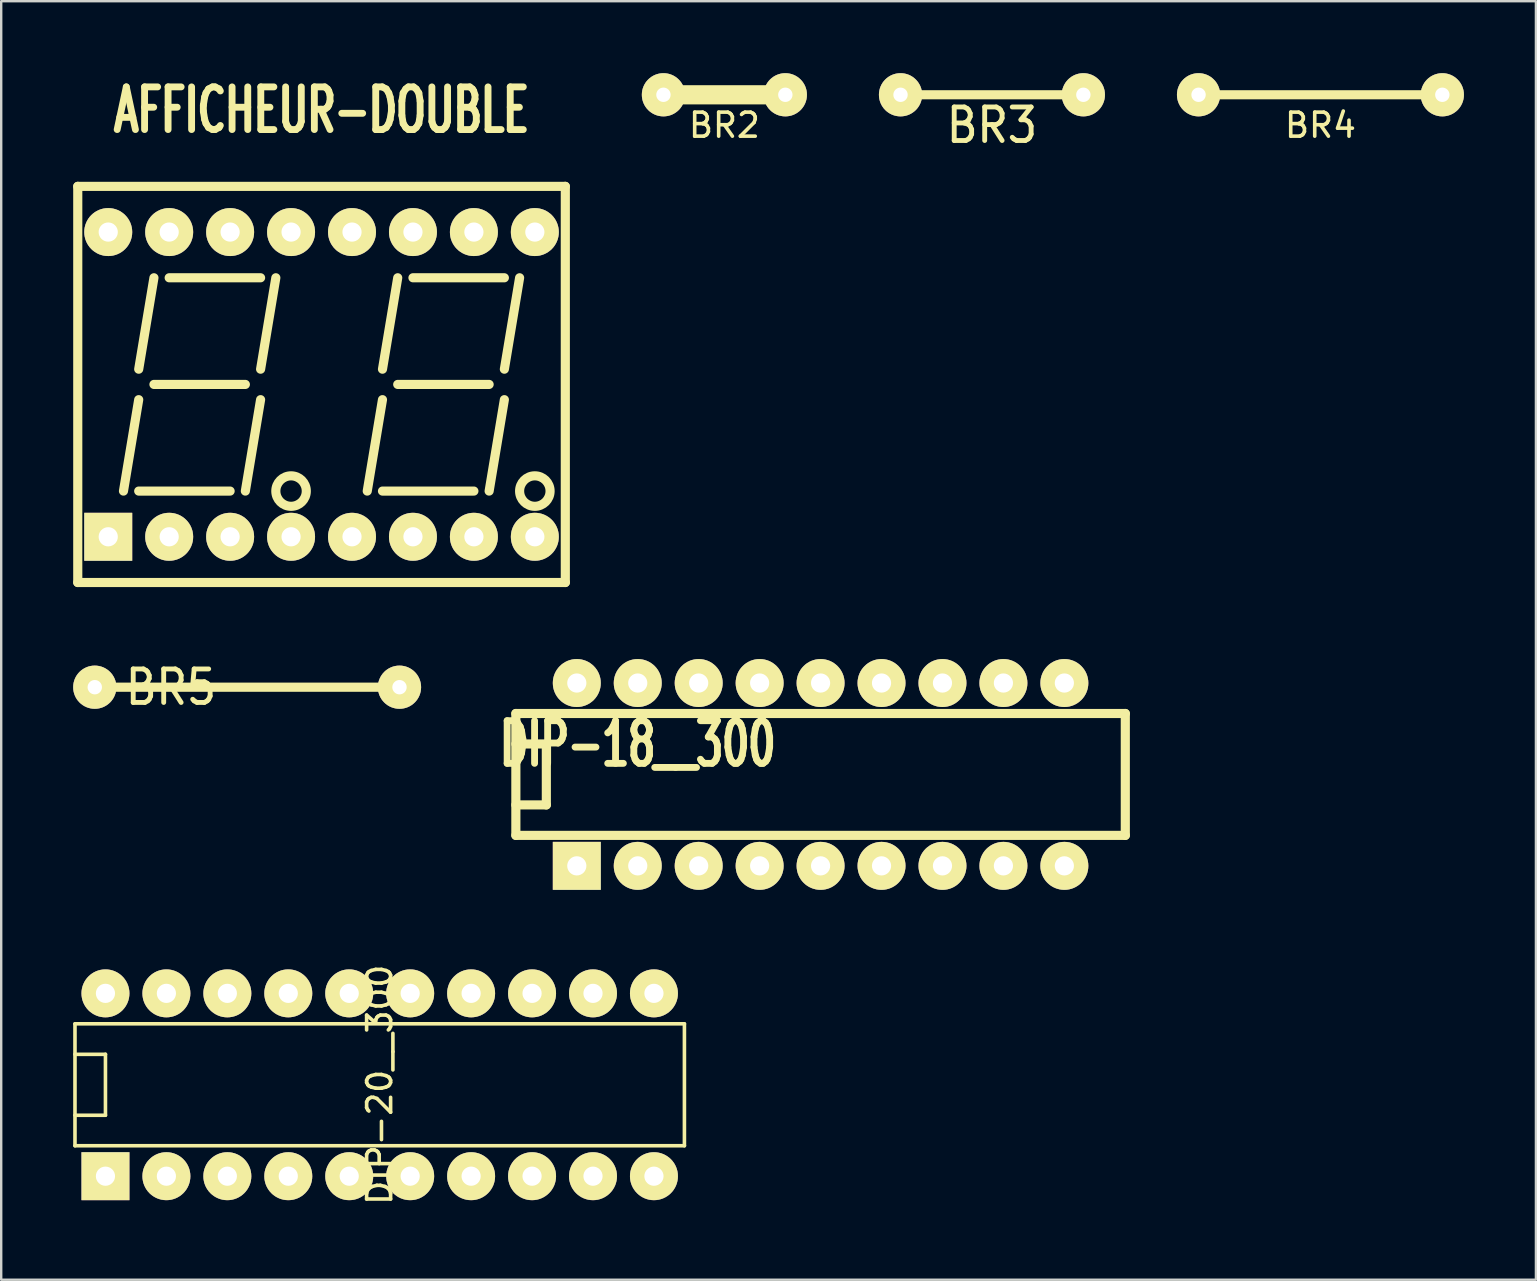
<source format=kicad_pcb>
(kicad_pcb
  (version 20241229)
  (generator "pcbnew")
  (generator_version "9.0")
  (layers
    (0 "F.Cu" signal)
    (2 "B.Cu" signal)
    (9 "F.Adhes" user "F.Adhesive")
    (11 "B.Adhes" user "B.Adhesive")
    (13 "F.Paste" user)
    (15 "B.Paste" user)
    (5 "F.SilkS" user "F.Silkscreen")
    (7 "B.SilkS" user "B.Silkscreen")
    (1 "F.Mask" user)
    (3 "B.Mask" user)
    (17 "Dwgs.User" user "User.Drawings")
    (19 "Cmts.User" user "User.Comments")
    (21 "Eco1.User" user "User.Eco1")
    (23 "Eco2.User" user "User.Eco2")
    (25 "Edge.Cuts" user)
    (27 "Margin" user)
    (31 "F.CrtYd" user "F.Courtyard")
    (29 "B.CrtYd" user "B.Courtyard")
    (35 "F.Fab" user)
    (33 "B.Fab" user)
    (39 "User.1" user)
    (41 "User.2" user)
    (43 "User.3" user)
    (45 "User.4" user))
  (footprint "BR5"
    (layer "F.Cu")
    (at 7.25 25.591)
    (property "Reference" "BR5" (at -3.175 0 0) (layer "F.SilkS") (effects (font (size 1.397 1.27) (thickness 0.203))))
    (attr through_hole)
    (fp_line (start -6.35 0) (end 6.35 0) (stroke (width 0.381) (type solid)) (layer "F.SilkS"))
    (pad "1" thru_hole circle (at -6.35 0) (size 1.801 1.801) (drill 0.599) (layers "*.Cu" "*.Mask" "F.SilkS"))
    (pad "2" thru_hole circle (at 6.35 0) (size 1.801 1.801) (drill 0.599) (layers "*.Cu" "*.Mask" "F.SilkS")))
  (footprint "DIP-18__300"
    (layer "F.Cu")
    (at 31.15 29.227)
    (property "Reference" "DIP-18__300" (at -7.62 -1.27 0) (layer "F.SilkS") (effects (font (size 1.778 1.143) (thickness 0.287))))
    (attr through_hole)
    (fp_line (start -12.7 -2.54) (end 12.7 -2.54) (stroke (width 0.381) (type solid)) (layer "F.SilkS"))
    (fp_line (start -12.7 -1.27) (end -11.43 -1.27) (stroke (width 0.381) (type solid)) (layer "F.SilkS"))
    (fp_line (start -12.7 2.54) (end -12.7 -2.54) (stroke (width 0.381) (type solid)) (layer "F.SilkS"))
    (fp_line (start -11.43 -1.27) (end -11.43 1.27) (stroke (width 0.381) (type solid)) (layer "F.SilkS"))
    (fp_line (start -11.43 1.27) (end -12.7 1.27) (stroke (width 0.381) (type solid)) (layer "F.SilkS"))
    (fp_line (start 12.7 -2.54) (end 12.7 2.54) (stroke (width 0.381) (type solid)) (layer "F.SilkS"))
    (fp_line (start 12.7 2.54) (end -12.7 2.54) (stroke (width 0.381) (type solid)) (layer "F.SilkS"))
    (pad "1" thru_hole rect (at -10.16 3.81) (size 1.999 1.999) (drill 0.8) (layers "*.Cu" "*.Mask" "F.SilkS"))
    (pad "2" thru_hole circle (at -7.62 3.81) (size 1.999 1.999) (drill 0.8) (layers "*.Cu" "*.Mask" "F.SilkS"))
    (pad "3" thru_hole circle (at -5.08 3.81) (size 1.999 1.999) (drill 0.8) (layers "*.Cu" "*.Mask" "F.SilkS"))
    (pad "4" thru_hole circle (at -2.54 3.81) (size 1.999 1.999) (drill 0.8) (layers "*.Cu" "*.Mask" "F.SilkS"))
    (pad "5" thru_hole circle (at 0 3.81) (size 1.999 1.999) (drill 0.8) (layers "*.Cu" "*.Mask" "F.SilkS"))
    (pad "6" thru_hole circle (at 2.54 3.81) (size 1.999 1.999) (drill 0.8) (layers "*.Cu" "*.Mask" "F.SilkS"))
    (pad "7" thru_hole circle (at 5.08 3.81) (size 1.999 1.999) (drill 0.8) (layers "*.Cu" "*.Mask" "F.SilkS"))
    (pad "8" thru_hole circle (at 7.62 3.81) (size 1.999 1.999) (drill 0.8) (layers "*.Cu" "*.Mask" "F.SilkS"))
    (pad "9" thru_hole circle (at 10.16 3.81) (size 1.999 1.999) (drill 0.8) (layers "*.Cu" "*.Mask" "F.SilkS"))
    (pad "10" thru_hole circle (at 10.16 -3.81) (size 1.999 1.999) (drill 0.8) (layers "*.Cu" "*.Mask" "F.SilkS"))
    (pad "11" thru_hole circle (at 7.62 -3.81) (size 1.999 1.999) (drill 0.8) (layers "*.Cu" "*.Mask" "F.SilkS"))
    (pad "12" thru_hole circle (at 5.08 -3.81) (size 1.999 1.999) (drill 0.8) (layers "*.Cu" "*.Mask" "F.SilkS"))
    (pad "13" thru_hole circle (at 2.54 -3.81) (size 1.999 1.999) (drill 0.8) (layers "*.Cu" "*.Mask" "F.SilkS"))
    (pad "14" thru_hole circle (at 0 -3.81) (size 1.999 1.999) (drill 0.8) (layers "*.Cu" "*.Mask" "F.SilkS"))
    (pad "15" thru_hole circle (at -2.54 -3.81) (size 1.999 1.999) (drill 0.8) (layers "*.Cu" "*.Mask" "F.SilkS"))
    (pad "16" thru_hole circle (at -5.08 -3.81) (size 1.999 1.999) (drill 0.8) (layers "*.Cu" "*.Mask" "F.SilkS"))
    (pad "17" thru_hole circle (at -7.62 -3.81) (size 1.999 1.999) (drill 0.8) (layers "*.Cu" "*.Mask" "F.SilkS"))
    (pad "18" thru_hole circle (at -10.16 -3.81) (size 1.999 1.999) (drill 0.8) (layers "*.Cu" "*.Mask" "F.SilkS")))
  (footprint "BR4"
    (layer "F.Cu")
    (at 51.983 0.9)
    (property "Reference" "BR4" (at 0 1.27 0) (layer "F.SilkS") (effects (font (size 1 1) (thickness 0.15))))
    (attr through_hole)
    (fp_line (start -5.08 0) (end 5.08 0) (stroke (width 0.381) (type solid)) (layer "F.SilkS"))
    (pad "1" thru_hole circle (at -5.08 0) (size 1.801 1.801) (drill 0.599) (layers "*.Cu" "*.Mask" "F.SilkS"))
    (pad "2" thru_hole circle (at 5.08 0) (size 1.801 1.801) (drill 0.599) (layers "*.Cu" "*.Mask" "F.SilkS")))
  (footprint "BR2"
    (layer "F.Cu")
    (at 27.141 0.9)
    (property "Reference" "BR2" (at 0 1.27 0) (layer "F.SilkS") (effects (font (size 1 1) (thickness 0.15))))
    (attr through_hole)
    (fp_line (start -2.54 0) (end 2.54 0) (stroke (width 0.8) (type solid)) (layer "F.SilkS"))
    (pad "1" thru_hole circle (at -2.54 0) (size 1.801 1.801) (drill 0.599) (layers "*.Cu" "*.Mask" "F.SilkS"))
    (pad "2" thru_hole circle (at 2.54 0) (size 1.801 1.801) (drill 0.599) (layers "*.Cu" "*.Mask" "F.SilkS")))
  (footprint "AFFICHEUR-DOUBLE"
    (layer "F.Cu")
    (at 10.351 12.972)
    (property "Reference" "AFFICHEUR-DOUBLE" (at 0 -11.43 0) (layer "F.SilkS") (effects (font (size 1.778 1.143) (thickness 0.305))))
    (attr through_hole)
    (fp_line (start -10.16 -8.255) (end -10.16 8.255) (stroke (width 0.381) (type solid)) (layer "F.SilkS"))
    (fp_line (start -10.16 -8.255) (end 10.16 -8.255) (stroke (width 0.381) (type solid)) (layer "F.SilkS"))
    (fp_line (start -10.16 8.255) (end 10.16 8.255) (stroke (width 0.381) (type solid)) (layer "F.SilkS"))
    (fp_line (start -7.62 0.635) (end -8.255 4.445) (stroke (width 0.381) (type solid)) (layer "F.SilkS"))
    (fp_line (start -7.62 4.445) (end -3.81 4.445) (stroke (width 0.381) (type solid)) (layer "F.SilkS"))
    (fp_line (start -6.985 -4.445) (end -7.62 -0.635) (stroke (width 0.381) (type solid)) (layer "F.SilkS"))
    (fp_line (start -3.175 0) (end -6.985 0) (stroke (width 0.381) (type solid)) (layer "F.SilkS"))
    (fp_line (start -2.54 -4.445) (end -6.35 -4.445) (stroke (width 0.381) (type solid)) (layer "F.SilkS"))
    (fp_line (start -2.54 0.635) (end -3.175 4.445) (stroke (width 0.381) (type solid)) (layer "F.SilkS"))
    (fp_line (start -1.905 -4.445) (end -2.54 -0.635) (stroke (width 0.381) (type solid)) (layer "F.SilkS"))
    (fp_line (start 2.54 0.635) (end 1.905 4.445) (stroke (width 0.381) (type solid)) (layer "F.SilkS"))
    (fp_line (start 2.54 4.445) (end 6.35 4.445) (stroke (width 0.381) (type solid)) (layer "F.SilkS"))
    (fp_line (start 3.175 -4.445) (end 2.54 -0.635) (stroke (width 0.381) (type solid)) (layer "F.SilkS"))
    (fp_line (start 3.175 0) (end 6.985 0) (stroke (width 0.381) (type solid)) (layer "F.SilkS"))
    (fp_line (start 6.985 4.445) (end 7.62 0.635) (stroke (width 0.381) (type solid)) (layer "F.SilkS"))
    (fp_line (start 7.62 -4.445) (end 3.81 -4.445) (stroke (width 0.381) (type solid)) (layer "F.SilkS"))
    (fp_line (start 8.255 -4.445) (end 7.62 -0.635) (stroke (width 0.381) (type solid)) (layer "F.SilkS"))
    (fp_line (start 10.16 -8.255) (end 10.16 8.255) (stroke (width 0.381) (type solid)) (layer "F.SilkS"))
    (fp_circle (center -1.27 4.445) (end -1.905 4.445) (stroke (width 0.381) (type solid)) (fill no) (layer "F.SilkS"))
    (fp_circle (center 8.89 4.445) (end 8.255 4.445) (stroke (width 0.381) (type solid)) (fill no) (layer "F.SilkS"))
    (pad "1" thru_hole rect (at -8.89 6.35) (size 1.999 1.999) (drill 0.8) (layers "*.Cu" "*.Mask" "F.SilkS"))
    (pad "2" thru_hole circle (at -6.35 6.35) (size 1.999 1.999) (drill 0.8) (layers "*.Cu" "*.Mask" "F.SilkS"))
    (pad "3" thru_hole circle (at -3.81 6.35) (size 1.999 1.999) (drill 0.8) (layers "*.Cu" "*.Mask" "F.SilkS"))
    (pad "4" thru_hole circle (at -1.27 6.35) (size 1.999 1.999) (drill 0.8) (layers "*.Cu" "*.Mask" "F.SilkS"))
    (pad "5" thru_hole circle (at 1.27 6.35) (size 1.999 1.999) (drill 0.8) (layers "*.Cu" "*.Mask" "F.SilkS"))
    (pad "6" thru_hole circle (at 3.81 6.35) (size 1.999 1.999) (drill 0.8) (layers "*.Cu" "*.Mask" "F.SilkS"))
    (pad "7" thru_hole circle (at 6.35 6.35) (size 1.999 1.999) (drill 0.8) (layers "*.Cu" "*.Mask" "F.SilkS"))
    (pad "8" thru_hole circle (at 8.89 6.35) (size 1.999 1.999) (drill 0.8) (layers "*.Cu" "*.Mask" "F.SilkS"))
    (pad "9" thru_hole circle (at 8.89 -6.35) (size 1.999 1.999) (drill 0.8) (layers "*.Cu" "*.Mask" "F.SilkS"))
    (pad "10" thru_hole circle (at 6.35 -6.35) (size 1.999 1.999) (drill 0.8) (layers "*.Cu" "*.Mask" "F.SilkS"))
    (pad "11" thru_hole circle (at 3.81 -6.35) (size 1.999 1.999) (drill 0.8) (layers "*.Cu" "*.Mask" "F.SilkS"))
    (pad "12" thru_hole circle (at 1.27 -6.35) (size 1.999 1.999) (drill 0.8) (layers "*.Cu" "*.Mask" "F.SilkS"))
    (pad "13" thru_hole circle (at -1.27 -6.35) (size 1.999 1.999) (drill 0.8) (layers "*.Cu" "*.Mask" "F.SilkS"))
    (pad "14" thru_hole circle (at -3.81 -6.35) (size 1.999 1.999) (drill 0.8) (layers "*.Cu" "*.Mask" "F.SilkS"))
    (pad "15" thru_hole circle (at -6.35 -6.35) (size 1.999 1.999) (drill 0.8) (layers "*.Cu" "*.Mask" "F.SilkS"))
    (pad "16" thru_hole circle (at -8.89 -6.35) (size 1.999 1.999) (drill 0.8) (layers "*.Cu" "*.Mask" "F.SilkS")))
  (footprint "DIP-20__300"
    (layer "F.Cu")
    (at 12.775 42.161)
    (property "Reference" "DIP-20__300" (at 0 0 90) (layer "F.SilkS") (effects (font (size 1 1) (thickness 0.15))))
    (attr through_hole)
    (fp_line (start -12.7 -2.54) (end 12.7 -2.54) (stroke (width 0.15) (type solid)) (layer "F.SilkS"))
    (fp_line (start -12.7 -1.27) (end -11.43 -1.27) (stroke (width 0.15) (type solid)) (layer "F.SilkS"))
    (fp_line (start -12.7 2.54) (end -12.7 -2.54) (stroke (width 0.15) (type solid)) (layer "F.SilkS"))
    (fp_line (start -12.7 2.54) (end 12.7 2.54) (stroke (width 0.15) (type solid)) (layer "F.SilkS"))
    (fp_line (start -11.43 -1.27) (end -11.43 1.27) (stroke (width 0.15) (type solid)) (layer "F.SilkS"))
    (fp_line (start -11.43 1.27) (end -12.7 1.27) (stroke (width 0.15) (type solid)) (layer "F.SilkS"))
    (fp_line (start 12.7 -2.54) (end 12.7 2.54) (stroke (width 0.15) (type solid)) (layer "F.SilkS"))
    (pad "1" thru_hole rect (at -11.43 3.81) (size 1.999 1.999) (drill 0.8) (layers "*.Cu" "*.Mask" "F.SilkS"))
    (pad "2" thru_hole circle (at -8.89 3.81) (size 1.999 1.999) (drill 0.8) (layers "*.Cu" "*.Mask" "F.SilkS"))
    (pad "3" thru_hole circle (at -6.35 3.81) (size 1.999 1.999) (drill 0.8) (layers "*.Cu" "*.Mask" "F.SilkS"))
    (pad "4" thru_hole circle (at -3.81 3.81) (size 1.999 1.999) (drill 0.8) (layers "*.Cu" "*.Mask" "F.SilkS"))
    (pad "5" thru_hole circle (at -1.27 3.81) (size 1.999 1.999) (drill 0.8) (layers "*.Cu" "*.Mask" "F.SilkS"))
    (pad "6" thru_hole circle (at 1.27 3.81) (size 1.999 1.999) (drill 0.8) (layers "*.Cu" "*.Mask" "F.SilkS"))
    (pad "7" thru_hole circle (at 3.81 3.81) (size 1.999 1.999) (drill 0.8) (layers "*.Cu" "*.Mask" "F.SilkS"))
    (pad "8" thru_hole circle (at 6.35 3.81) (size 1.999 1.999) (drill 0.8) (layers "*.Cu" "*.Mask" "F.SilkS"))
    (pad "9" thru_hole circle (at 8.89 3.81) (size 1.999 1.999) (drill 0.8) (layers "*.Cu" "*.Mask" "F.SilkS"))
    (pad "10" thru_hole circle (at 11.43 3.81) (size 1.999 1.999) (drill 0.8) (layers "*.Cu" "*.Mask" "F.SilkS"))
    (pad "11" thru_hole circle (at 11.43 -3.81) (size 1.999 1.999) (drill 0.8) (layers "*.Cu" "*.Mask" "F.SilkS"))
    (pad "12" thru_hole circle (at 8.89 -3.81) (size 1.999 1.999) (drill 0.8) (layers "*.Cu" "*.Mask" "F.SilkS"))
    (pad "13" thru_hole circle (at 6.35 -3.81) (size 1.999 1.999) (drill 0.8) (layers "*.Cu" "*.Mask" "F.SilkS"))
    (pad "14" thru_hole circle (at 3.81 -3.81) (size 1.999 1.999) (drill 0.8) (layers "*.Cu" "*.Mask" "F.SilkS"))
    (pad "15" thru_hole circle (at 1.27 -3.81) (size 1.999 1.999) (drill 0.8) (layers "*.Cu" "*.Mask" "F.SilkS"))
    (pad "16" thru_hole circle (at -1.27 -3.81) (size 1.999 1.999) (drill 0.8) (layers "*.Cu" "*.Mask" "F.SilkS"))
    (pad "17" thru_hole circle (at -3.81 -3.81) (size 1.999 1.999) (drill 0.8) (layers "*.Cu" "*.Mask" "F.SilkS"))
    (pad "18" thru_hole circle (at -6.35 -3.81) (size 1.999 1.999) (drill 0.8) (layers "*.Cu" "*.Mask" "F.SilkS"))
    (pad "19" thru_hole circle (at -8.89 -3.81) (size 1.999 1.999) (drill 0.8) (layers "*.Cu" "*.Mask" "F.SilkS"))
    (pad "20" thru_hole circle (at -11.43 -3.81) (size 1.999 1.999) (drill 0.8) (layers "*.Cu" "*.Mask" "F.SilkS")))
  (footprint "BR3"
    (layer "F.Cu")
    (at 38.292 0.9)
    (property "Reference" "BR3" (at 0 1.27 0) (layer "F.SilkS") (effects (font (size 1.397 1.27) (thickness 0.203))))
    (attr through_hole)
    (fp_line (start -3.81 0) (end 3.81 0) (stroke (width 0.381) (type solid)) (layer "F.SilkS"))
    (pad "1" thru_hole circle (at -3.81 0) (size 1.801 1.801) (drill 0.599) (layers "*.Cu" "*.Mask" "F.SilkS"))
    (pad "2" thru_hole circle (at 3.81 0) (size 1.801 1.801) (drill 0.599) (layers "*.Cu" "*.Mask" "F.SilkS")))
  (gr_rect
    (start -3 -3)
    (end 60.964 50.286)
    (stroke (width 0.1) (type default))
    (fill no)
    (layer "Edge.Cuts")))
</source>
